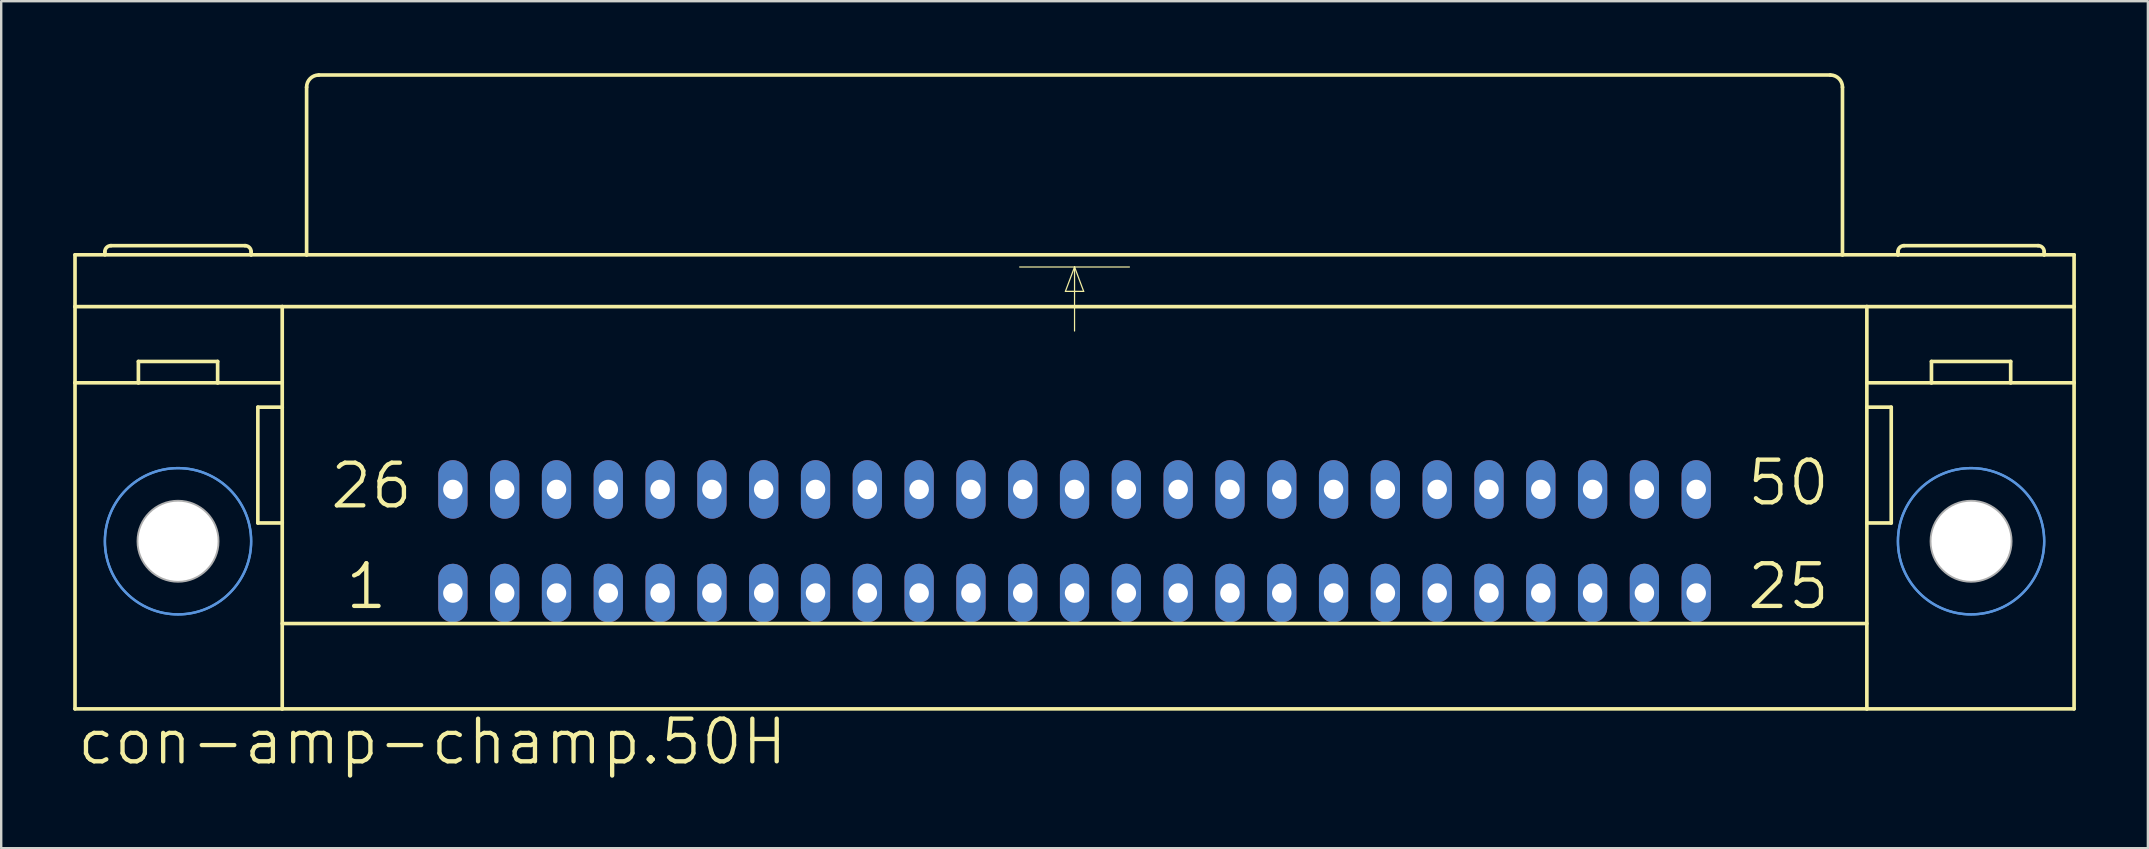
<source format=kicad_pcb>
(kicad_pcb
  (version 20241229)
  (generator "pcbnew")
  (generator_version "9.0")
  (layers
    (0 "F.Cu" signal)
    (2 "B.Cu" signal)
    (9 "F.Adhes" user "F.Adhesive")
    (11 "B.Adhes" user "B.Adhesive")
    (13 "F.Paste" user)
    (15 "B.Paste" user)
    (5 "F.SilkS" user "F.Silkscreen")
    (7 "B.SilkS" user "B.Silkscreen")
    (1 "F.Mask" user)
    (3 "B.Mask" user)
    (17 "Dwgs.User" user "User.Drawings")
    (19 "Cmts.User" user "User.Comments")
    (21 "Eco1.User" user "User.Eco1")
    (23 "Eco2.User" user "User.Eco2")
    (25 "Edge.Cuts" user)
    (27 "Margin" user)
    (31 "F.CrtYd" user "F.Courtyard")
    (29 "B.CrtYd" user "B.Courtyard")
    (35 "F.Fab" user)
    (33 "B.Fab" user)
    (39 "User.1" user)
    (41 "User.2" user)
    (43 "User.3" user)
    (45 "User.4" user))
  (footprint "con-amp-champ.50H"
    (layer "F.Cu")
    (at 41.732 19.507)
    (property "Reference" "con-amp-champ.50H" (at -41.656 9.398 0) (layer "F.SilkS") (effects (font (size 1.778 1.778) (thickness 0.18)) (justify left bottom)))
    (attr through_hole)
    (fp_line (start -41.656 -11.938) (end -34.315 -11.938) (stroke (width 0.152) (type default)) (layer "F.SilkS"))
    (fp_line (start -41.656 -9.779) (end -41.656 -11.938) (stroke (width 0.152) (type default)) (layer "F.SilkS"))
    (fp_line (start -41.656 -9.779) (end -33.02 -9.779) (stroke (width 0.152) (type default)) (layer "F.SilkS"))
    (fp_line (start -41.656 -6.604) (end -41.656 -9.779) (stroke (width 0.152) (type default)) (layer "F.SilkS"))
    (fp_line (start -41.656 6.985) (end -41.656 -6.604) (stroke (width 0.152) (type default)) (layer "F.SilkS"))
    (fp_line (start -41.656 6.985) (end -33.02 6.985) (stroke (width 0.152) (type default)) (layer "F.SilkS"))
    (fp_line (start -40.411 -11.938) (end -40.411 -12.065) (stroke (width 0.152) (type default)) (layer "F.SilkS"))
    (fp_line (start -39.014 -6.604) (end -41.656 -6.604) (stroke (width 0.152) (type default)) (layer "F.SilkS"))
    (fp_line (start -39.014 -6.604) (end -39.014 -7.493) (stroke (width 0.152) (type default)) (layer "F.SilkS"))
    (fp_line (start -35.712 -7.493) (end -39.014 -7.493) (stroke (width 0.152) (type default)) (layer "F.SilkS"))
    (fp_line (start -35.712 -6.604) (end -39.014 -6.604) (stroke (width 0.152) (type default)) (layer "F.SilkS"))
    (fp_line (start -35.712 -6.604) (end -35.712 -7.493) (stroke (width 0.152) (type default)) (layer "F.SilkS"))
    (fp_line (start -34.569 -12.319) (end -40.157 -12.319) (stroke (width 0.152) (type default)) (layer "F.SilkS"))
    (fp_line (start -34.315 -11.938) (end -34.315 -12.065) (stroke (width 0.152) (type default)) (layer "F.SilkS"))
    (fp_line (start -34.315 -11.938) (end -32.004 -11.938) (stroke (width 0.152) (type default)) (layer "F.SilkS"))
    (fp_line (start -34.036 -5.588) (end -34.036 -0.762) (stroke (width 0.152) (type default)) (layer "F.SilkS"))
    (fp_line (start -34.036 -0.762) (end -33.02 -0.762) (stroke (width 0.152) (type default)) (layer "F.SilkS"))
    (fp_line (start -33.02 -9.779) (end 33.02 -9.779) (stroke (width 0.152) (type default)) (layer "F.SilkS"))
    (fp_line (start -33.02 -6.604) (end -35.712 -6.604) (stroke (width 0.152) (type default)) (layer "F.SilkS"))
    (fp_line (start -33.02 -5.588) (end -34.036 -5.588) (stroke (width 0.152) (type default)) (layer "F.SilkS"))
    (fp_line (start -33.02 -5.588) (end -33.02 -9.779) (stroke (width 0.152) (type default)) (layer "F.SilkS"))
    (fp_line (start -33.02 -0.762) (end -33.02 -5.588) (stroke (width 0.152) (type default)) (layer "F.SilkS"))
    (fp_line (start -33.02 3.429) (end 33.02 3.429) (stroke (width 0.152) (type default)) (layer "F.SilkS"))
    (fp_line (start -33.02 6.985) (end -33.02 -0.762) (stroke (width 0.152) (type default)) (layer "F.SilkS"))
    (fp_line (start -33.02 6.985) (end 33.02 6.985) (stroke (width 0.152) (type default)) (layer "F.SilkS"))
    (fp_line (start -32.004 -11.938) (end -32.004 -18.923) (stroke (width 0.152) (type default)) (layer "F.SilkS"))
    (fp_line (start -32.004 -11.938) (end 32.004 -11.938) (stroke (width 0.152) (type default)) (layer "F.SilkS"))
    (fp_line (start -31.496 -19.431) (end 31.496 -19.431) (stroke (width 0.152) (type default)) (layer "F.SilkS"))
    (fp_line (start -2.286 -11.43) (end 0 -11.43) (stroke (width 0.051) (type default)) (layer "F.SilkS"))
    (fp_line (start -0.381 -10.414) (end 0.381 -10.414) (stroke (width 0.051) (type default)) (layer "F.SilkS"))
    (fp_line (start 0 -11.43) (end -0.381 -10.414) (stroke (width 0.051) (type default)) (layer "F.SilkS"))
    (fp_line (start 0 -11.43) (end 0 -8.763) (stroke (width 0.051) (type default)) (layer "F.SilkS"))
    (fp_line (start 0 -11.43) (end 2.286 -11.43) (stroke (width 0.051) (type default)) (layer "F.SilkS"))
    (fp_line (start 0.381 -10.414) (end 0 -11.43) (stroke (width 0.051) (type default)) (layer "F.SilkS"))
    (fp_line (start 32.004 -11.938) (end 32.004 -18.923) (stroke (width 0.152) (type default)) (layer "F.SilkS"))
    (fp_line (start 32.004 -11.938) (end 34.315 -11.938) (stroke (width 0.152) (type default)) (layer "F.SilkS"))
    (fp_line (start 33.02 -9.779) (end 41.656 -9.779) (stroke (width 0.152) (type default)) (layer "F.SilkS"))
    (fp_line (start 33.02 -6.604) (end 35.712 -6.604) (stroke (width 0.152) (type default)) (layer "F.SilkS"))
    (fp_line (start 33.02 -5.588) (end 33.02 -9.779) (stroke (width 0.152) (type default)) (layer "F.SilkS"))
    (fp_line (start 33.02 -5.588) (end 34.036 -5.588) (stroke (width 0.152) (type default)) (layer "F.SilkS"))
    (fp_line (start 33.02 -0.762) (end 33.02 -5.588) (stroke (width 0.152) (type default)) (layer "F.SilkS"))
    (fp_line (start 33.02 6.985) (end 33.02 -0.762) (stroke (width 0.152) (type default)) (layer "F.SilkS"))
    (fp_line (start 33.02 6.985) (end 41.656 6.985) (stroke (width 0.152) (type default)) (layer "F.SilkS"))
    (fp_line (start 34.036 -5.588) (end 34.036 -0.762) (stroke (width 0.152) (type default)) (layer "F.SilkS"))
    (fp_line (start 34.036 -0.762) (end 33.02 -0.762) (stroke (width 0.152) (type default)) (layer "F.SilkS"))
    (fp_line (start 34.315 -11.938) (end 34.315 -12.065) (stroke (width 0.152) (type default)) (layer "F.SilkS"))
    (fp_line (start 34.315 -11.938) (end 40.411 -11.938) (stroke (width 0.152) (type default)) (layer "F.SilkS"))
    (fp_line (start 34.569 -12.319) (end 40.157 -12.319) (stroke (width 0.152) (type default)) (layer "F.SilkS"))
    (fp_line (start 35.712 -7.493) (end 39.014 -7.493) (stroke (width 0.152) (type default)) (layer "F.SilkS"))
    (fp_line (start 35.712 -6.604) (end 35.712 -7.493) (stroke (width 0.152) (type default)) (layer "F.SilkS"))
    (fp_line (start 35.712 -6.604) (end 39.014 -6.604) (stroke (width 0.152) (type default)) (layer "F.SilkS"))
    (fp_line (start 39.014 -6.604) (end 39.014 -7.493) (stroke (width 0.152) (type default)) (layer "F.SilkS"))
    (fp_line (start 39.014 -6.604) (end 41.656 -6.604) (stroke (width 0.152) (type default)) (layer "F.SilkS"))
    (fp_line (start 40.411 -11.938) (end 40.411 -12.065) (stroke (width 0.152) (type default)) (layer "F.SilkS"))
    (fp_line (start 40.411 -11.938) (end 41.656 -11.938) (stroke (width 0.152) (type default)) (layer "F.SilkS"))
    (fp_line (start 41.656 -11.938) (end 41.656 -6.604) (stroke (width 0.152) (type default)) (layer "F.SilkS"))
    (fp_line (start 41.656 -6.604) (end 41.656 6.985) (stroke (width 0.152) (type default)) (layer "F.SilkS"))
    (fp_arc (start -40.4114 -12.065) (mid -40.337005 -12.244605) (end -40.1574 -12.319) (stroke (width 0.1524) (type default)) (layer "F.SilkS"))
    (fp_arc (start -34.5694 -12.319) (mid -34.389795 -12.244605) (end -34.3154 -12.065) (stroke (width 0.1524) (type default)) (layer "F.SilkS"))
    (fp_arc (start -32.004 -18.923) (mid -31.85521 -19.28221) (end -31.496 -19.431) (stroke (width 0.1524) (type default)) (layer "F.SilkS"))
    (fp_arc (start 31.496 -19.431) (mid 31.85521 -19.28221) (end 32.004 -18.923) (stroke (width 0.1524) (type default)) (layer "F.SilkS"))
    (fp_arc (start 34.3154 -12.065) (mid 34.389795 -12.244605) (end 34.5694 -12.319) (stroke (width 0.1524) (type default)) (layer "F.SilkS"))
    (fp_arc (start 40.1574 -12.319) (mid 40.337005 -12.244605) (end 40.4114 -12.065) (stroke (width 0.1524) (type default)) (layer "F.SilkS"))
    (fp_circle (center -37.363 0) (end -34.315 0) (stroke (width 0.1) (type default)) (fill no) (layer "Cmts.User"))
    (fp_circle (center -37.363 0) (end -34.315 0) (stroke (width 0.1) (type default)) (fill no) (layer "Cmts.User"))
    (fp_circle (center 37.363 0) (end 40.411 0) (stroke (width 0.1) (type default)) (fill no) (layer "Cmts.User"))
    (fp_circle (center 37.363 0) (end 40.411 0) (stroke (width 0.1) (type default)) (fill no) (layer "Cmts.User"))
    (fp_circle (center -37.363 0) (end -35.712 0) (stroke (width 0.152) (type default)) (fill no) (layer "F.Fab"))
    (fp_circle (center 37.363 0) (end 39.014 0) (stroke (width 0.152) (type default)) (fill no) (layer "F.Fab"))
    (fp_text user "25" (at 27.94 2.921 0) (layer "F.SilkS") (effects (font (size 1.778 1.778) (thickness 0.18)) (justify left bottom)))
    (fp_text user "50" (at 27.94 -1.397 0) (layer "F.SilkS") (effects (font (size 1.778 1.778) (thickness 0.18)) (justify left bottom)))
    (fp_text user "26" (at -31.115 -1.27 0) (layer "F.SilkS") (effects (font (size 1.778 1.778) (thickness 0.18)) (justify left bottom)))
    (fp_text user "1" (at -30.48 2.921 0) (layer "F.SilkS") (effects (font (size 1.778 1.778) (thickness 0.18)) (justify left bottom)))
    (pad "" np_thru_hole circle (at -37.363 0) (size 3.302 3.302) (drill 3.302) (layers "*.Cu" "*.Mask"))
    (pad "" np_thru_hole circle (at 37.363 0) (size 3.302 3.302) (drill 3.302) (layers "*.Cu" "*.Mask"))
    (pad "1" thru_hole oval (at -25.908 2.159 90) (size 2.438 1.219) (drill 0.813) (layers "*.Cu" "*.Mask"))
    (pad "2" thru_hole oval (at -23.749 2.159 90) (size 2.438 1.219) (drill 0.813) (layers "*.Cu" "*.Mask"))
    (pad "3" thru_hole oval (at -21.59 2.159 90) (size 2.438 1.219) (drill 0.813) (layers "*.Cu" "*.Mask"))
    (pad "4" thru_hole oval (at -19.431 2.159 90) (size 2.438 1.219) (drill 0.813) (layers "*.Cu" "*.Mask"))
    (pad "5" thru_hole oval (at -17.272 2.159 90) (size 2.438 1.219) (drill 0.813) (layers "*.Cu" "*.Mask"))
    (pad "6" thru_hole oval (at -15.113 2.159 90) (size 2.438 1.219) (drill 0.813) (layers "*.Cu" "*.Mask"))
    (pad "7" thru_hole oval (at -12.954 2.159 90) (size 2.438 1.219) (drill 0.813) (layers "*.Cu" "*.Mask"))
    (pad "8" thru_hole oval (at -10.795 2.159 90) (size 2.438 1.219) (drill 0.813) (layers "*.Cu" "*.Mask"))
    (pad "9" thru_hole oval (at -8.636 2.159 90) (size 2.438 1.219) (drill 0.813) (layers "*.Cu" "*.Mask"))
    (pad "10" thru_hole oval (at -6.477 2.159 90) (size 2.438 1.219) (drill 0.813) (layers "*.Cu" "*.Mask"))
    (pad "11" thru_hole oval (at -4.318 2.159 90) (size 2.438 1.219) (drill 0.813) (layers "*.Cu" "*.Mask"))
    (pad "12" thru_hole oval (at -2.159 2.159 90) (size 2.438 1.219) (drill 0.813) (layers "*.Cu" "*.Mask"))
    (pad "13" thru_hole oval (at 0 2.159 90) (size 2.438 1.219) (drill 0.813) (layers "*.Cu" "*.Mask"))
    (pad "14" thru_hole oval (at 2.159 2.159 90) (size 2.438 1.219) (drill 0.813) (layers "*.Cu" "*.Mask"))
    (pad "15" thru_hole oval (at 4.318 2.159 90) (size 2.438 1.219) (drill 0.813) (layers "*.Cu" "*.Mask"))
    (pad "16" thru_hole oval (at 6.477 2.159 90) (size 2.438 1.219) (drill 0.813) (layers "*.Cu" "*.Mask"))
    (pad "17" thru_hole oval (at 8.636 2.159 90) (size 2.438 1.219) (drill 0.813) (layers "*.Cu" "*.Mask"))
    (pad "18" thru_hole oval (at 10.795 2.159 90) (size 2.438 1.219) (drill 0.813) (layers "*.Cu" "*.Mask"))
    (pad "19" thru_hole oval (at 12.954 2.159 90) (size 2.438 1.219) (drill 0.813) (layers "*.Cu" "*.Mask"))
    (pad "20" thru_hole oval (at 15.113 2.159 90) (size 2.438 1.219) (drill 0.813) (layers "*.Cu" "*.Mask"))
    (pad "21" thru_hole oval (at 17.272 2.159 90) (size 2.438 1.219) (drill 0.813) (layers "*.Cu" "*.Mask"))
    (pad "22" thru_hole oval (at 19.431 2.159 90) (size 2.438 1.219) (drill 0.813) (layers "*.Cu" "*.Mask"))
    (pad "23" thru_hole oval (at 21.59 2.159 90) (size 2.438 1.219) (drill 0.813) (layers "*.Cu" "*.Mask"))
    (pad "24" thru_hole oval (at 23.749 2.159 90) (size 2.438 1.219) (drill 0.813) (layers "*.Cu" "*.Mask"))
    (pad "25" thru_hole oval (at 25.908 2.159 90) (size 2.438 1.219) (drill 0.813) (layers "*.Cu" "*.Mask"))
    (pad "26" thru_hole oval (at -25.908 -2.159 90) (size 2.438 1.219) (drill 0.813) (layers "*.Cu" "*.Mask"))
    (pad "27" thru_hole oval (at -23.749 -2.159 90) (size 2.438 1.219) (drill 0.813) (layers "*.Cu" "*.Mask"))
    (pad "28" thru_hole oval (at -21.59 -2.159 90) (size 2.438 1.219) (drill 0.813) (layers "*.Cu" "*.Mask"))
    (pad "29" thru_hole oval (at -19.431 -2.159 90) (size 2.438 1.219) (drill 0.813) (layers "*.Cu" "*.Mask"))
    (pad "30" thru_hole oval (at -17.272 -2.159 90) (size 2.438 1.219) (drill 0.813) (layers "*.Cu" "*.Mask"))
    (pad "31" thru_hole oval (at -15.113 -2.159 90) (size 2.438 1.219) (drill 0.813) (layers "*.Cu" "*.Mask"))
    (pad "32" thru_hole oval (at -12.954 -2.159 90) (size 2.438 1.219) (drill 0.813) (layers "*.Cu" "*.Mask"))
    (pad "33" thru_hole oval (at -10.795 -2.159 90) (size 2.438 1.219) (drill 0.813) (layers "*.Cu" "*.Mask"))
    (pad "34" thru_hole oval (at -8.636 -2.159 90) (size 2.438 1.219) (drill 0.813) (layers "*.Cu" "*.Mask"))
    (pad "35" thru_hole oval (at -6.477 -2.159 90) (size 2.438 1.219) (drill 0.813) (layers "*.Cu" "*.Mask"))
    (pad "36" thru_hole oval (at -4.318 -2.159 90) (size 2.438 1.219) (drill 0.813) (layers "*.Cu" "*.Mask"))
    (pad "37" thru_hole oval (at -2.159 -2.159 90) (size 2.438 1.219) (drill 0.813) (layers "*.Cu" "*.Mask"))
    (pad "38" thru_hole oval (at 0 -2.159 90) (size 2.438 1.219) (drill 0.813) (layers "*.Cu" "*.Mask"))
    (pad "39" thru_hole oval (at 2.159 -2.159 90) (size 2.438 1.219) (drill 0.813) (layers "*.Cu" "*.Mask"))
    (pad "40" thru_hole oval (at 4.318 -2.159 90) (size 2.438 1.219) (drill 0.813) (layers "*.Cu" "*.Mask"))
    (pad "41" thru_hole oval (at 6.477 -2.159 90) (size 2.438 1.219) (drill 0.813) (layers "*.Cu" "*.Mask"))
    (pad "42" thru_hole oval (at 8.636 -2.159 90) (size 2.438 1.219) (drill 0.813) (layers "*.Cu" "*.Mask"))
    (pad "43" thru_hole oval (at 10.795 -2.159 90) (size 2.438 1.219) (drill 0.813) (layers "*.Cu" "*.Mask"))
    (pad "44" thru_hole oval (at 12.954 -2.159 90) (size 2.438 1.219) (drill 0.813) (layers "*.Cu" "*.Mask"))
    (pad "45" thru_hole oval (at 15.113 -2.159 90) (size 2.438 1.219) (drill 0.813) (layers "*.Cu" "*.Mask"))
    (pad "46" thru_hole oval (at 17.272 -2.159 90) (size 2.438 1.219) (drill 0.813) (layers "*.Cu" "*.Mask"))
    (pad "47" thru_hole oval (at 19.431 -2.159 90) (size 2.438 1.219) (drill 0.813) (layers "*.Cu" "*.Mask"))
    (pad "48" thru_hole oval (at 21.59 -2.159 90) (size 2.438 1.219) (drill 0.813) (layers "*.Cu" "*.Mask"))
    (pad "49" thru_hole oval (at 23.749 -2.159 90) (size 2.438 1.219) (drill 0.813) (layers "*.Cu" "*.Mask"))
    (pad "50" thru_hole oval (at 25.908 -2.159 90) (size 2.438 1.219) (drill 0.813) (layers "*.Cu" "*.Mask")))
  (gr_rect
    (start -3 -3)
    (end 86.464 32.299)
    (stroke (width 0.1) (type default))
    (fill no)
    (layer "Edge.Cuts")))
</source>
